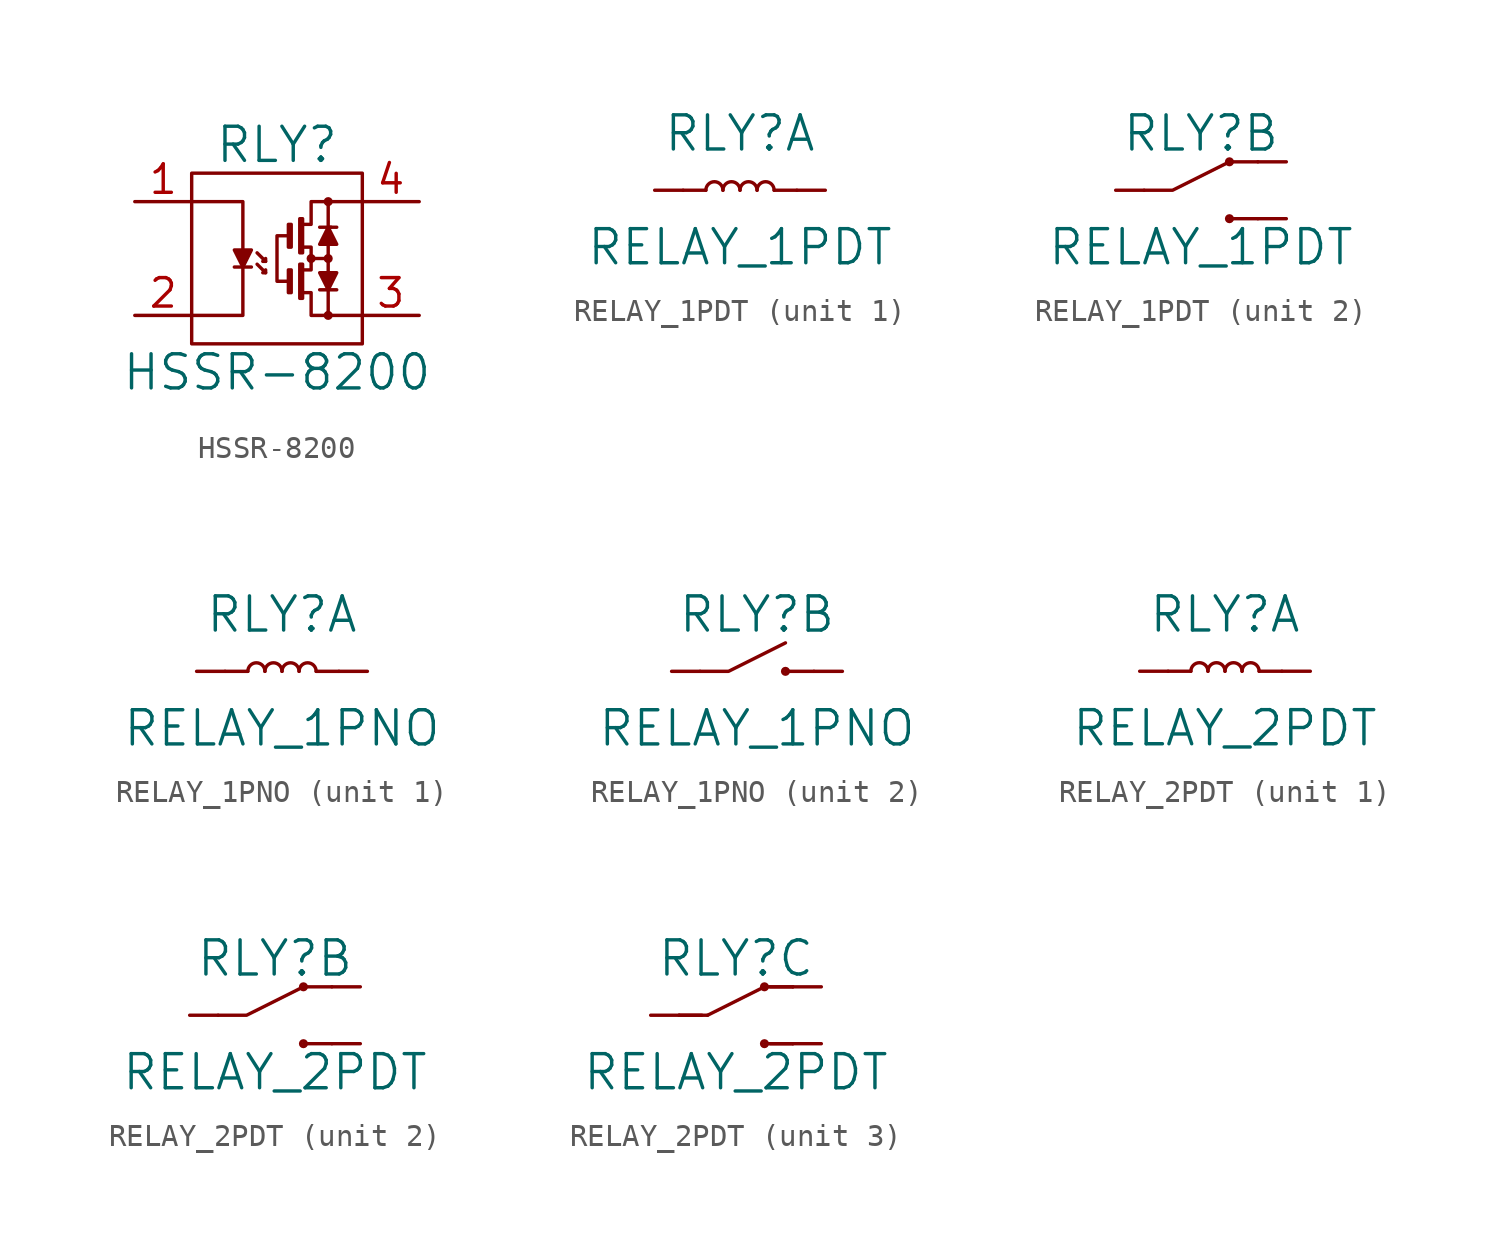
<source format=kicad_sym>
(kicad_symbol_lib
  (version 20220914)
  (generator kicad_symbol_editor)
  (symbol "HSSR-8200"
    (pin_names
      (offset 1.016))
    (property "Reference" "RLY"
      (at 0 5.08 0)
      (effects (font (size 1.524 1.524))))
    (property "Value" "HSSR-8200"
      (at 0 -5.08 0)
      (effects (font (size 1.524 1.524))))
    (property "Footprint" ""
      (at 0 0 0)
      (effects (font (size 1.524 1.524))))
    (property "Datasheet" ""
      (at 0 0 0)
      (effects (font (size 1.524 1.524))))
    (symbol "HSSR-8200_0_1"
      (polyline (pts (xy -1.143 -0.381) (xy -1.905 -0.381) (xy -1.905 -0.381)) (stroke (width 0) (type solid)) (fill (type none)))
      (polyline (pts (xy -0.889 -0.254) (xy -0.508 -0.635) (xy -0.508 -0.635)) (stroke (width 0) (type solid)) (fill (type none)))
      (polyline (pts (xy -0.889 0.254) (xy -0.508 -0.127) (xy -0.508 -0.127)) (stroke (width 0) (type solid)) (fill (type none)))
      (polyline (pts (xy 1.905 1.397) (xy 2.667 1.397) (xy 2.667 1.397)) (stroke (width 0) (type solid)) (fill (type none)))
      (polyline (pts (xy 2.286 -1.397) (xy 2.286 -2.54) (xy 2.286 -2.54)) (stroke (width 0) (type solid)) (fill (type none)))
      (polyline (pts (xy 2.286 0) (xy 1.524 0) (xy 1.524 0)) (stroke (width 0) (type solid)) (fill (type none)))
      (polyline (pts (xy 2.286 0.635) (xy 2.286 -0.635) (xy 2.286 -0.635)) (stroke (width 0) (type solid)) (fill (type none)))
      (polyline (pts (xy 2.286 2.54) (xy 2.286 1.397) (xy 2.413 1.397)) (stroke (width 0) (type solid)) (fill (type none)))
      (polyline (pts (xy 2.667 -1.397) (xy 1.905 -1.397) (xy 1.905 -1.397)) (stroke (width 0) (type solid)) (fill (type none)))
      (polyline (pts (xy -3.81 2.54) (xy -1.524 2.54) (xy -1.524 0.381) (xy -1.524 0.381)) (stroke (width 0) (type solid)) (fill (type none)))
      (polyline (pts (xy -1.524 -0.381) (xy -1.524 -2.54) (xy -3.81 -2.54) (xy -3.81 -2.54)) (stroke (width 0) (type solid)) (fill (type none)))
      (polyline (pts (xy 1.143 -0.508) (xy 1.524 -0.508) (xy 1.524 0) (xy 1.524 0)) (stroke (width 0) (type solid)) (fill (type none)))
      (polyline (pts (xy 1.524 0) (xy 1.524 0.508) (xy 1.143 0.508) (xy 1.143 0.508)) (stroke (width 0) (type solid)) (fill (type none)))
      (polyline (pts (xy -1.905 0.381) (xy -1.143 0.381) (xy -1.524 -0.381) (xy -1.905 0.381) (xy -1.905 0.381)) (stroke (width 0) (type solid)) (fill (type outline)))
      (polyline (pts (xy -0.508 -0.635) (xy -0.635 -0.635) (xy -0.508 -0.508) (xy -0.508 -0.635) (xy -0.508 -0.635)) (stroke (width 0) (type solid)) (fill (type none)))
      (polyline (pts (xy -0.508 -0.127) (xy -0.635 -0.127) (xy -0.508 0) (xy -0.508 -0.127) (xy -0.508 -0.127)) (stroke (width 0) (type solid)) (fill (type none)))
      (polyline (pts (xy 0.508 1.016) (xy 0 1.016) (xy 0 -1.016) (xy 0.508 -1.016) (xy 0.508 -1.016)) (stroke (width 0) (type solid)) (fill (type none)))
      (polyline (pts (xy 1.143 -1.524) (xy 1.524 -1.524) (xy 1.524 -2.54) (xy 3.81 -2.54) (xy 3.81 -2.54)) (stroke (width 0) (type solid)) (fill (type none)))
      (polyline (pts (xy 1.143 1.524) (xy 1.524 1.524) (xy 1.524 2.54) (xy 3.81 2.54) (xy 3.81 2.54)) (stroke (width 0) (type solid)) (fill (type none)))
      (polyline (pts (xy 1.905 -0.635) (xy 2.667 -0.635) (xy 2.286 -1.397) (xy 1.905 -0.635) (xy 1.905 -0.635)) (stroke (width 0) (type solid)) (fill (type outline)))
      (polyline (pts (xy 1.905 0.635) (xy 2.667 0.635) (xy 2.286 1.397) (xy 1.905 0.635) (xy 1.905 0.635)) (stroke (width 0) (type solid)) (fill (type outline)))
      (polyline (pts (xy 0.508 -0.508) (xy 0.635 -0.508) (xy 0.635 -1.524) (xy 0.508 -1.524) (xy 0.508 -0.508) (xy 0.508 -0.508)) (stroke (width 0) (type solid)) (fill (type none)))
      (polyline (pts (xy 0.508 1.524) (xy 0.635 1.524) (xy 0.635 0.508) (xy 0.508 0.508) (xy 0.508 1.524) (xy 0.508 1.524)) (stroke (width 0) (type solid)) (fill (type none)))
      (polyline (pts (xy 1.143 -1.778) (xy 1.016 -1.778) (xy 1.016 -0.254) (xy 1.143 -0.254) (xy 1.143 -1.778) (xy 1.143 -1.778)) (stroke (width 0) (type solid)) (fill (type none)))
      (polyline (pts (xy 1.143 0.254) (xy 1.016 0.254) (xy 1.016 1.778) (xy 1.143 1.778) (xy 1.143 0.254) (xy 1.143 0.254)) (stroke (width 0) (type solid)) (fill (type none)))
      (circle (center 1.524 0) (radius 0.127) (stroke (width 0) (type solid)) (fill (type none)))
      (circle (center 2.286 -2.54) (radius 0.127) (stroke (width 0) (type solid)) (fill (type none)))
      (circle (center 2.286 0) (radius 0.127) (stroke (width 0) (type solid)) (fill (type none)))
      (circle (center 2.286 2.54) (radius 0.127) (stroke (width 0) (type solid)) (fill (type none)))
      (rectangle (start 3.81 -3.81) (end -3.81 3.81) (stroke (width 0) (type solid)) (fill (type none))))
    (symbol "HSSR-8200_1_1"
      (pin passive line (at -6.35 2.54 0) (length 2.54) (name "~" (effects (font (size 1.27 1.27)))) (number "1" (effects (font (size 1.27 1.27)))))
      (pin passive line (at -6.35 -2.54 0) (length 2.54) (name "~" (effects (font (size 1.27 1.27)))) (number "2" (effects (font (size 1.27 1.27)))))
      (pin passive line (at 6.35 -2.54 180) (length 2.54) (name "~" (effects (font (size 1.27 1.27)))) (number "3" (effects (font (size 1.27 1.27)))))
      (pin passive line (at 6.35 2.54 180) (length 2.54) (name "~" (effects (font (size 1.27 1.27)))) (number "4" (effects (font (size 1.27 1.27)))))))
  (symbol "RELAY_1PDT"
    (pin_numbers hide)
    (pin_names
      (offset 1.016) hide)
    (property "Reference" "RLY"
      (at 0 2.54 0)
      (effects (font (size 1.524 1.524))))
    (property "Value" "RELAY_1PDT"
      (at 0 -2.54 0)
      (effects (font (size 1.524 1.524))))
    (property "Footprint" ""
      (at 0 -1.27 0)
      (effects (font (size 1.524 1.524))))
    (property "Datasheet" ""
      (at 0 0 0)
      (effects (font (size 1.524 1.524))))
    (property "ki_locked" ""
      (at 0 0 0)
      (effects (font (size 1.27 1.27))))
    (symbol "RELAY_1PDT_1_1"
      (arc (start -0.762 0) (mid -1.143 0.3794) (end -1.524 0) (stroke (width 0) (type solid)) (fill (type none)))
      (arc (start 0 0) (mid -0.381 0.3794) (end -0.762 0) (stroke (width 0) (type solid)) (fill (type none)))
      (polyline (pts (xy -1.524 0) (xy -2.54 0) (xy -2.54 0)) (stroke (width 0) (type solid)) (fill (type none)))
      (polyline (pts (xy 1.524 0) (xy 2.54 0) (xy 2.54 0)) (stroke (width 0) (type solid)) (fill (type none)))
      (arc (start 0.762 0) (mid 0.381 0.3794) (end 0 0) (stroke (width 0) (type solid)) (fill (type none)))
      (arc (start 1.524 0) (mid 1.143 0.3794) (end 0.762 0) (stroke (width 0) (type solid)) (fill (type none)))
      (pin passive line (at -3.81 0 0) (length 1.27) (name "~" (effects (font (size 1.27 1.27)))) (number "1" (effects (font (size 1.27 1.27)))))
      (pin passive line (at 3.81 0 180) (length 1.27) (name "~" (effects (font (size 1.27 1.27)))) (number "2" (effects (font (size 1.27 1.27))))))
    (symbol "RELAY_1PDT_2_1"
      (polyline (pts (xy 2.54 -1.27) (xy 1.27 -1.27)) (stroke (width 0) (type solid)) (fill (type none)))
      (polyline (pts (xy 2.54 1.27) (xy 1.27 1.27)) (stroke (width 0) (type solid)) (fill (type none)))
      (polyline (pts (xy -2.54 0) (xy -1.27 0) (xy 1.27 1.27)) (stroke (width 0) (type solid)) (fill (type none)))
      (circle (center 1.27 -1.27) (radius 0.127) (stroke (width 0) (type solid)) (fill (type none)))
      (circle (center 1.27 1.27) (radius 0.127) (stroke (width 0) (type solid)) (fill (type none)))
      (pin passive line (at -3.81 0 0) (length 1.27) (name "~" (effects (font (size 1.27 1.27)))) (number "3" (effects (font (size 1.27 1.27)))))
      (pin passive line (at 3.81 1.27 180) (length 1.27) (name "~" (effects (font (size 1.27 1.27)))) (number "4" (effects (font (size 1.27 1.27)))))
      (pin passive line (at 3.81 -1.27 180) (length 1.27) (name "~" (effects (font (size 1.27 1.27)))) (number "5" (effects (font (size 1.27 1.27)))))))
  (symbol "RELAY_1PNO"
    (pin_numbers hide)
    (pin_names
      (offset 1.016) hide)
    (property "Reference" "RLY"
      (at 0 2.54 0)
      (effects (font (size 1.524 1.524))))
    (property "Value" "RELAY_1PNO"
      (at 0 -2.54 0)
      (effects (font (size 1.524 1.524))))
    (property "Footprint" ""
      (at 0 0 0)
      (effects (font (size 1.524 1.524))))
    (property "Datasheet" ""
      (at 0 0 0)
      (effects (font (size 1.524 1.524))))
    (property "ki_locked" ""
      (at 0 0 0)
      (effects (font (size 1.27 1.27))))
    (symbol "RELAY_1PNO_1_1"
      (arc (start -0.762 0) (mid -1.143 0.3794) (end -1.524 0) (stroke (width 0) (type solid)) (fill (type none)))
      (arc (start 0 0) (mid -0.381 0.3794) (end -0.762 0) (stroke (width 0) (type solid)) (fill (type none)))
      (polyline (pts (xy -1.524 0) (xy -2.54 0) (xy -2.54 0)) (stroke (width 0) (type solid)) (fill (type none)))
      (polyline (pts (xy 1.524 0) (xy 2.54 0) (xy 2.54 0)) (stroke (width 0) (type solid)) (fill (type none)))
      (arc (start 0.762 0) (mid 0.381 0.3794) (end 0 0) (stroke (width 0) (type solid)) (fill (type none)))
      (arc (start 1.524 0) (mid 1.143 0.3794) (end 0.762 0) (stroke (width 0) (type solid)) (fill (type none)))
      (pin passive line (at -3.81 0 0) (length 1.27) (name "~" (effects (font (size 1.27 1.27)))) (number "1" (effects (font (size 1.27 1.27)))))
      (pin passive line (at 3.81 0 180) (length 1.27) (name "~" (effects (font (size 1.27 1.27)))) (number "2" (effects (font (size 1.27 1.27))))))
    (symbol "RELAY_1PNO_2_1"
      (polyline (pts (xy 2.54 0) (xy 1.27 0)) (stroke (width 0) (type solid)) (fill (type none)))
      (polyline (pts (xy -2.54 0) (xy -1.27 0) (xy 1.27 1.27)) (stroke (width 0) (type solid)) (fill (type none)))
      (circle (center 1.27 0) (radius 0.127) (stroke (width 0) (type solid)) (fill (type none)))
      (pin passive line (at -3.81 0 0) (length 1.27) (name "~" (effects (font (size 1.27 1.27)))) (number "3" (effects (font (size 1.27 1.27)))))
      (pin passive line (at 3.81 0 180) (length 1.27) (name "~" (effects (font (size 1.27 1.27)))) (number "4" (effects (font (size 1.27 1.27)))))))
  (symbol "RELAY_2PDT"
    (pin_numbers hide)
    (pin_names
      (offset 1.016) hide)
    (property "Reference" "RLY"
      (at 0 2.54 0)
      (effects (font (size 1.524 1.524))))
    (property "Value" "RELAY_2PDT"
      (at 0 -2.54 0)
      (effects (font (size 1.524 1.524))))
    (property "Footprint" ""
      (at 0 -1.27 0)
      (effects (font (size 1.524 1.524))))
    (property "Datasheet" ""
      (at 0 0 0)
      (effects (font (size 1.524 1.524))))
    (property "ki_locked" ""
      (at 0 0 0)
      (effects (font (size 1.27 1.27))))
    (symbol "RELAY_2PDT_1_1"
      (arc (start -0.762 0) (mid -1.143 0.3794) (end -1.524 0) (stroke (width 0) (type solid)) (fill (type none)))
      (arc (start 0 0) (mid -0.381 0.3794) (end -0.762 0) (stroke (width 0) (type solid)) (fill (type none)))
      (polyline (pts (xy -1.524 0) (xy -2.54 0) (xy -2.54 0)) (stroke (width 0) (type solid)) (fill (type none)))
      (polyline (pts (xy 1.524 0) (xy 2.54 0) (xy 2.54 0)) (stroke (width 0) (type solid)) (fill (type none)))
      (arc (start 0.762 0) (mid 0.381 0.3794) (end 0 0) (stroke (width 0) (type solid)) (fill (type none)))
      (arc (start 1.524 0) (mid 1.143 0.3794) (end 0.762 0) (stroke (width 0) (type solid)) (fill (type none)))
      (pin passive line (at -3.81 0 0) (length 1.27) (name "~" (effects (font (size 1.27 1.27)))) (number "1" (effects (font (size 1.27 1.27)))))
      (pin passive line (at 3.81 0 180) (length 1.27) (name "~" (effects (font (size 1.27 1.27)))) (number "2" (effects (font (size 1.27 1.27))))))
    (symbol "RELAY_2PDT_2_1"
      (polyline (pts (xy 2.54 -1.27) (xy 1.27 -1.27)) (stroke (width 0) (type solid)) (fill (type none)))
      (polyline (pts (xy 2.54 1.27) (xy 1.27 1.27)) (stroke (width 0) (type solid)) (fill (type none)))
      (polyline (pts (xy -2.54 0) (xy -1.27 0) (xy 1.27 1.27)) (stroke (width 0) (type solid)) (fill (type none)))
      (circle (center 1.27 -1.27) (radius 0.127) (stroke (width 0) (type solid)) (fill (type none)))
      (circle (center 1.27 1.27) (radius 0.127) (stroke (width 0) (type solid)) (fill (type none)))
      (pin passive line (at -3.81 0 0) (length 1.27) (name "~" (effects (font (size 1.27 1.27)))) (number "3" (effects (font (size 1.27 1.27)))))
      (pin passive line (at 3.81 1.27 180) (length 1.27) (name "~" (effects (font (size 1.27 1.27)))) (number "4" (effects (font (size 1.27 1.27)))))
      (pin passive line (at 3.81 -1.27 180) (length 1.27) (name "~" (effects (font (size 1.27 1.27)))) (number "5" (effects (font (size 1.27 1.27))))))
    (symbol "RELAY_2PDT_3_1"
      (polyline (pts (xy -1.27 0) (xy -2.54 0)) (stroke (width 0) (type solid)) (fill (type none)))
      (polyline (pts (xy -1.27 0) (xy 1.27 1.27)) (stroke (width 0) (type solid)) (fill (type none)))
      (polyline (pts (xy 1.27 -1.27) (xy 2.54 -1.27)) (stroke (width 0) (type solid)) (fill (type none)))
      (polyline (pts (xy 1.27 1.27) (xy 2.54 1.27)) (stroke (width 0) (type solid)) (fill (type none)))
      (polyline (pts (xy -1.524 0) (xy -2.54 0) (xy -2.54 0)) (stroke (width 0) (type solid)) (fill (type none)))
      (polyline (pts (xy 1.524 -1.27) (xy 2.54 -1.27) (xy 2.54 -1.27)) (stroke (width 0) (type solid)) (fill (type none)))
      (polyline (pts (xy 1.524 1.27) (xy 2.54 1.27) (xy 2.54 1.27)) (stroke (width 0) (type solid)) (fill (type none)))
      (circle (center 1.27 -1.27) (radius 0.127) (stroke (width 0) (type solid)) (fill (type none)))
      (circle (center 1.27 1.27) (radius 0.127) (stroke (width 0) (type solid)) (fill (type none)))
      (pin passive line (at -3.81 0 0) (length 1.27) (name "~" (effects (font (size 1.27 1.27)))) (number "6" (effects (font (size 1.27 1.27)))))
      (pin passive line (at 3.81 1.27 180) (length 1.27) (name "~" (effects (font (size 1.27 1.27)))) (number "7" (effects (font (size 1.27 1.27)))))
      (pin passive line (at 3.81 -1.27 180) (length 1.27) (name "~" (effects (font (size 1.27 1.27)))) (number "8" (effects (font (size 1.27 1.27))))))))
</source>
